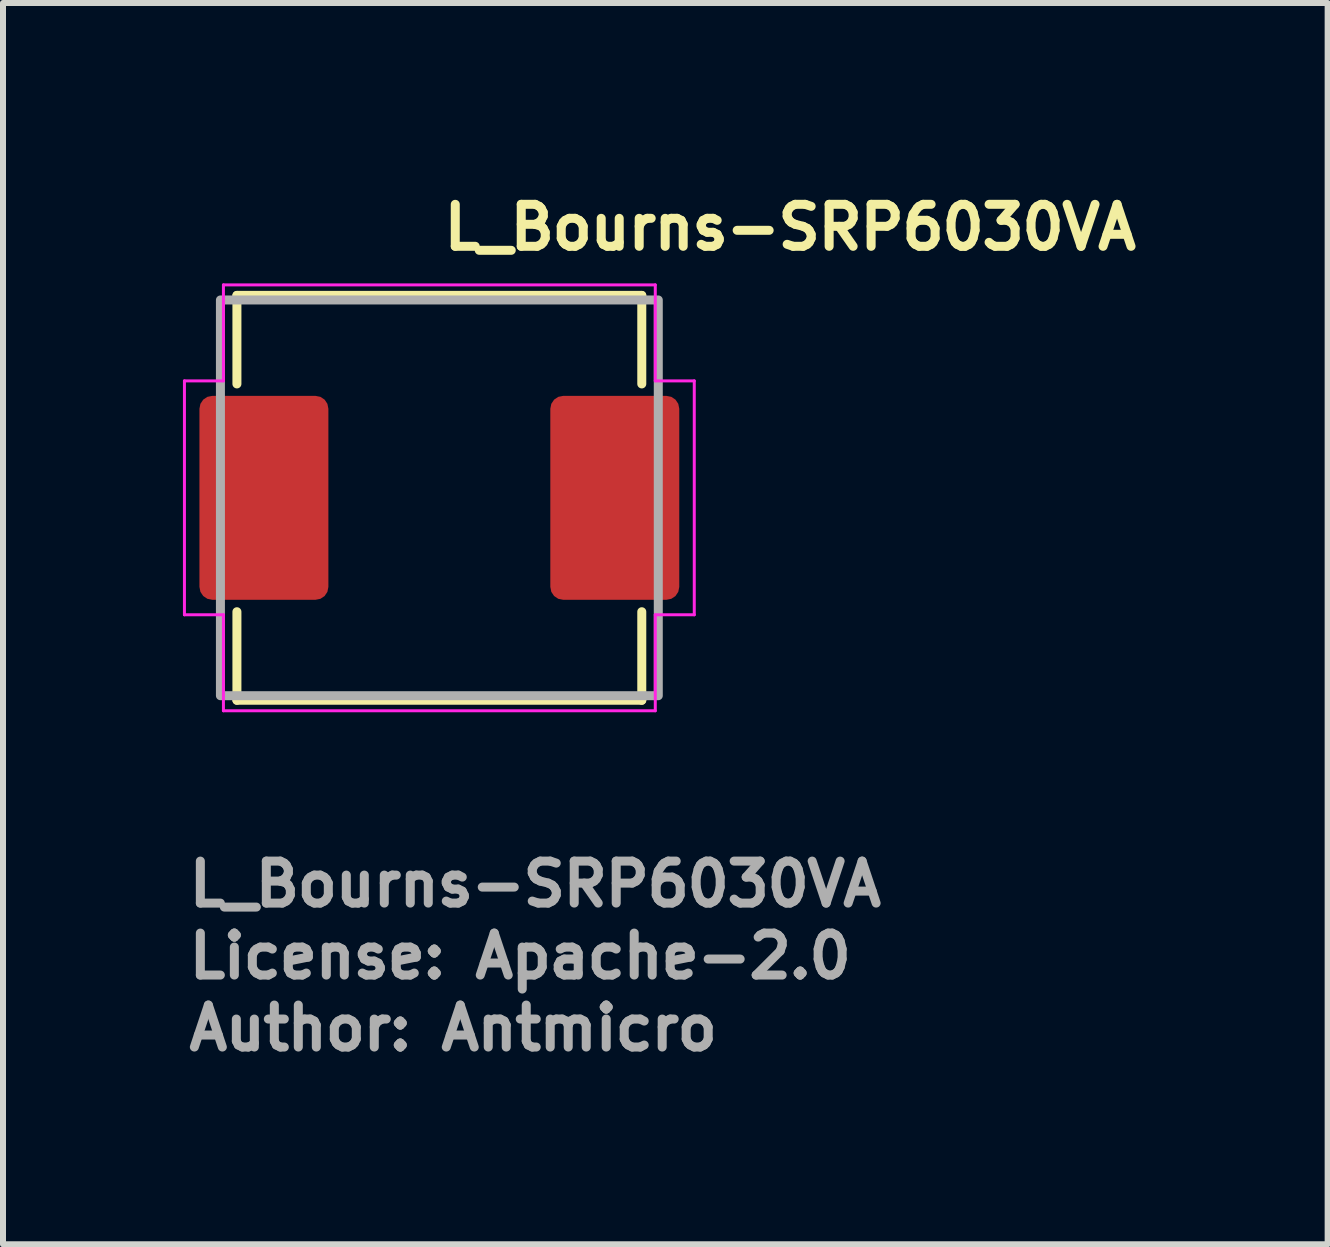
<source format=kicad_pcb>
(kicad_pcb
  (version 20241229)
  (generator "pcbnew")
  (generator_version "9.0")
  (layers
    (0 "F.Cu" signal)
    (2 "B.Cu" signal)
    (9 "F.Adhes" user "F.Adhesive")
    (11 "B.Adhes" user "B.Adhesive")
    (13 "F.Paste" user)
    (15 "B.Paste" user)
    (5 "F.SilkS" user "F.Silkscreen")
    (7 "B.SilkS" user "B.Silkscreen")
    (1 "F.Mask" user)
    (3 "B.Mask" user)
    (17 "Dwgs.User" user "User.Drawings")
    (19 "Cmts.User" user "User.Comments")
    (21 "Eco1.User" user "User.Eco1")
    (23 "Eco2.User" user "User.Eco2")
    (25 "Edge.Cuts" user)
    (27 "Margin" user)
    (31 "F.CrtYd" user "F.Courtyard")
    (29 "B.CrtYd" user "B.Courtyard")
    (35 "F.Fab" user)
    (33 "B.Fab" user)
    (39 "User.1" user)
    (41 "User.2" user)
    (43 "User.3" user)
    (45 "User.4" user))
  (footprint "L_Bourns-SRP6030VA"
    (layer "F.Cu")
    (at 4.275 5.25)
    (property "Reference" "L_Bourns-SRP6030VA" (at 0 -4.1 0) (layer "F.SilkS") (effects (font (size 0.7 0.7) (thickness 0.15)) (justify left bottom)))
    (attr smd)
    (fp_line (start -3.375 -3.375) (end 3.375 -3.375) (stroke (width 0.15) (type solid)) (layer "F.SilkS"))
    (fp_line (start -3.375 -1.899) (end -3.375 -3.375) (stroke (width 0.15) (type solid)) (layer "F.SilkS"))
    (fp_line (start -3.375 1.899) (end -3.375 3.375) (stroke (width 0.15) (type solid)) (layer "F.SilkS"))
    (fp_line (start 3.375 -1.899) (end 3.375 -3.375) (stroke (width 0.15) (type solid)) (layer "F.SilkS"))
    (fp_line (start 3.375 1.899) (end 3.375 3.375) (stroke (width 0.15) (type solid)) (layer "F.SilkS"))
    (fp_line (start 3.375 3.375) (end -3.375 3.375) (stroke (width 0.15) (type solid)) (layer "F.SilkS"))
    (fp_line (start -4.25 -1.95) (end -4.25 1.95) (stroke (width 0.05) (type solid)) (layer "F.CrtYd"))
    (fp_line (start -3.6 -3.55) (end 3.6 -3.55) (stroke (width 0.05) (type solid)) (layer "F.CrtYd"))
    (fp_line (start -3.6 -1.95) (end -4.25 -1.95) (stroke (width 0.05) (type solid)) (layer "F.CrtYd"))
    (fp_line (start -3.6 -1.95) (end -3.6 -3.55) (stroke (width 0.05) (type solid)) (layer "F.CrtYd"))
    (fp_line (start -3.6 1.95) (end -4.25 1.95) (stroke (width 0.05) (type solid)) (layer "F.CrtYd"))
    (fp_line (start -3.6 1.95) (end -3.6 3.55) (stroke (width 0.05) (type solid)) (layer "F.CrtYd"))
    (fp_line (start 3.6 -1.95) (end 3.6 -3.55) (stroke (width 0.05) (type solid)) (layer "F.CrtYd"))
    (fp_line (start 3.6 -1.95) (end 4.25 -1.95) (stroke (width 0.05) (type solid)) (layer "F.CrtYd"))
    (fp_line (start 3.6 1.95) (end 3.6 3.55) (stroke (width 0.05) (type solid)) (layer "F.CrtYd"))
    (fp_line (start 3.6 1.95) (end 4.25 1.95) (stroke (width 0.05) (type solid)) (layer "F.CrtYd"))
    (fp_line (start 3.6 3.55) (end -3.6 3.55) (stroke (width 0.05) (type solid)) (layer "F.CrtYd"))
    (fp_line (start 4.25 -1.95) (end 4.25 1.95) (stroke (width 0.05) (type solid)) (layer "F.CrtYd"))
    (fp_rect (start -3.65 -3.299) (end 3.65 3.299) (stroke (width 0.15) (type solid)) (fill no) (layer "F.Fab"))
    (fp_rect (start -3.65 -3.299) (end 3.65 3.299) (stroke (width 0.1) (type solid)) (fill no) (layer "User.5"))
    (fp_line (start -3.65 -1.499) (end -3.65 -0.25) (stroke (width 0.02) (type solid)) (layer "User.9"))
    (fp_line (start -3.65 -1.499) (end -3.45 -1.5) (stroke (width 0.02) (type solid)) (layer "User.9"))
    (fp_line (start -3.65 -0.368) (end -3.65 -0.366) (stroke (width 0.02) (type solid)) (layer "User.9"))
    (fp_line (start -3.65 -0.366) (end -3.65 -0.364) (stroke (width 0.02) (type solid)) (layer "User.9"))
    (fp_line (start -3.65 -0.364) (end -3.65 -0.361) (stroke (width 0.02) (type solid)) (layer "User.9"))
    (fp_line (start -3.65 -0.361) (end -3.65 -1.499) (stroke (width 0.02) (type solid)) (layer "User.9"))
    (fp_line (start -3.65 -0.25) (end -3.65 -0.361) (stroke (width 0.02) (type solid)) (layer "User.9"))
    (fp_line (start -3.65 0.25) (end -3.65 -0.25) (stroke (width 0.02) (type solid)) (layer "User.9"))
    (fp_line (start -3.65 0.25) (end -3.65 1.5) (stroke (width 0.02) (type solid)) (layer "User.9"))
    (fp_line (start -3.65 0.361) (end -3.65 0.25) (stroke (width 0.02) (type solid)) (layer "User.9"))
    (fp_line (start -3.65 0.361) (end -3.65 0.366) (stroke (width 0.02) (type solid)) (layer "User.9"))
    (fp_line (start -3.65 0.366) (end -3.649 0.37) (stroke (width 0.02) (type solid)) (layer "User.9"))
    (fp_line (start -3.65 1.5) (end -3.65 0.361) (stroke (width 0.02) (type solid)) (layer "User.9"))
    (fp_line (start -3.649 -0.376) (end -3.649 -0.374) (stroke (width 0.02) (type solid)) (layer "User.9"))
    (fp_line (start -3.649 -0.374) (end -3.649 -0.372) (stroke (width 0.02) (type solid)) (layer "User.9"))
    (fp_line (start -3.649 -0.372) (end -3.649 -0.37) (stroke (width 0.02) (type solid)) (layer "User.9"))
    (fp_line (start -3.649 -0.37) (end -3.65 -0.368) (stroke (width 0.02) (type solid)) (layer "User.9"))
    (fp_line (start -3.649 0.37) (end -3.649 0.374) (stroke (width 0.02) (type solid)) (layer "User.9"))
    (fp_line (start -3.649 0.374) (end -3.648 0.378) (stroke (width 0.02) (type solid)) (layer "User.9"))
    (fp_line (start -3.648 -0.38) (end -3.648 -0.378) (stroke (width 0.02) (type solid)) (layer "User.9"))
    (fp_line (start -3.648 -0.378) (end -3.649 -0.376) (stroke (width 0.02) (type solid)) (layer "User.9"))
    (fp_line (start -3.648 0.378) (end -3.648 0.382) (stroke (width 0.02) (type solid)) (layer "User.9"))
    (fp_line (start -3.648 0.382) (end -3.647 0.383) (stroke (width 0.02) (type solid)) (layer "User.9"))
    (fp_line (start -3.647 -0.383) (end -3.647 -0.382) (stroke (width 0.02) (type solid)) (layer "User.9"))
    (fp_line (start -3.647 -0.382) (end -3.648 -0.38) (stroke (width 0.02) (type solid)) (layer "User.9"))
    (fp_line (start -3.647 0.383) (end -3.646 0.385) (stroke (width 0.02) (type solid)) (layer "User.9"))
    (fp_line (start -3.646 -0.386) (end -3.646 -0.385) (stroke (width 0.02) (type solid)) (layer "User.9"))
    (fp_line (start -3.646 -0.385) (end -3.647 -0.383) (stroke (width 0.02) (type solid)) (layer "User.9"))
    (fp_line (start -3.646 0.385) (end -3.646 0.386) (stroke (width 0.02) (type solid)) (layer "User.9"))
    (fp_line (start -3.646 0.386) (end -3.645 0.388) (stroke (width 0.02) (type solid)) (layer "User.9"))
    (fp_line (start -3.645 -0.388) (end -3.646 -0.386) (stroke (width 0.02) (type solid)) (layer "User.9"))
    (fp_line (start -3.645 0.388) (end -3.644 0.389) (stroke (width 0.02) (type solid)) (layer "User.9"))
    (fp_line (start -3.644 -0.39) (end -3.644 -0.389) (stroke (width 0.02) (type solid)) (layer "User.9"))
    (fp_line (start -3.644 -0.389) (end -3.645 -0.388) (stroke (width 0.02) (type solid)) (layer "User.9"))
    (fp_line (start -3.644 0.389) (end -3.644 0.39) (stroke (width 0.02) (type solid)) (layer "User.9"))
    (fp_line (start -3.644 0.39) (end -3.643 0.391) (stroke (width 0.02) (type solid)) (layer "User.9"))
    (fp_line (start -3.643 -0.391) (end -3.644 -0.39) (stroke (width 0.02) (type solid)) (layer "User.9"))
    (fp_line (start -3.643 0.391) (end -3.642 0.392) (stroke (width 0.02) (type solid)) (layer "User.9"))
    (fp_line (start -3.642 -0.392) (end -3.643 -0.391) (stroke (width 0.02) (type solid)) (layer "User.9"))
    (fp_line (start -3.642 0.392) (end -3.641 0.393) (stroke (width 0.02) (type solid)) (layer "User.9"))
    (fp_line (start -3.641 -0.393) (end -3.642 -0.392) (stroke (width 0.02) (type solid)) (layer "User.9"))
    (fp_line (start -3.641 0.393) (end -3.64 0.394) (stroke (width 0.02) (type solid)) (layer "User.9"))
    (fp_line (start -3.64 -0.394) (end -3.641 -0.393) (stroke (width 0.02) (type solid)) (layer "User.9"))
    (fp_line (start -3.64 0.394) (end -3.639 0.395) (stroke (width 0.02) (type solid)) (layer "User.9"))
    (fp_line (start -3.639 -0.395) (end -3.64 -0.394) (stroke (width 0.02) (type solid)) (layer "User.9"))
    (fp_line (start -3.639 0.395) (end -3.637 0.396) (stroke (width 0.02) (type solid)) (layer "User.9"))
    (fp_line (start -3.637 -0.396) (end -3.639 -0.395) (stroke (width 0.02) (type solid)) (layer "User.9"))
    (fp_line (start -3.637 0.396) (end -3.636 0.397) (stroke (width 0.02) (type solid)) (layer "User.9"))
    (fp_line (start -3.636 -0.397) (end -3.637 -0.396) (stroke (width 0.02) (type solid)) (layer "User.9"))
    (fp_line (start -3.636 0.397) (end -3.635 0.397) (stroke (width 0.02) (type solid)) (layer "User.9"))
    (fp_line (start -3.635 -0.397) (end -3.636 -0.397) (stroke (width 0.02) (type solid)) (layer "User.9"))
    (fp_line (start -3.635 0.397) (end -3.634 0.398) (stroke (width 0.02) (type solid)) (layer "User.9"))
    (fp_line (start -3.634 -0.398) (end -3.635 -0.397) (stroke (width 0.02) (type solid)) (layer "User.9"))
    (fp_line (start -3.634 0.398) (end -3.632 0.398) (stroke (width 0.02) (type solid)) (layer "User.9"))
    (fp_line (start -3.632 -0.398) (end -3.634 -0.398) (stroke (width 0.02) (type solid)) (layer "User.9"))
    (fp_line (start -3.632 0.398) (end -3.631 0.399) (stroke (width 0.02) (type solid)) (layer "User.9"))
    (fp_line (start -3.631 -0.399) (end -3.632 -0.398) (stroke (width 0.02) (type solid)) (layer "User.9"))
    (fp_line (start -3.631 0.399) (end -3.629 0.399) (stroke (width 0.02) (type solid)) (layer "User.9"))
    (fp_line (start -3.629 -0.399) (end -3.631 -0.399) (stroke (width 0.02) (type solid)) (layer "User.9"))
    (fp_line (start -3.629 0.399) (end -3.628 0.399) (stroke (width 0.02) (type solid)) (layer "User.9"))
    (fp_line (start -3.628 -0.399) (end -3.629 -0.399) (stroke (width 0.02) (type solid)) (layer "User.9"))
    (fp_line (start -3.628 0.399) (end -3.626 0.399) (stroke (width 0.02) (type solid)) (layer "User.9"))
    (fp_line (start -3.626 -0.399) (end -3.628 -0.399) (stroke (width 0.02) (type solid)) (layer "User.9"))
    (fp_line (start -3.626 0.399) (end -3.624 0.399) (stroke (width 0.02) (type solid)) (layer "User.9"))
    (fp_line (start -3.624 -0.399) (end -3.626 -0.399) (stroke (width 0.02) (type solid)) (layer "User.9"))
    (fp_line (start -3.624 0.399) (end -3.623 0.4) (stroke (width 0.02) (type solid)) (layer "User.9"))
    (fp_line (start -3.623 -0.4) (end -3.624 -0.399) (stroke (width 0.02) (type solid)) (layer "User.9"))
    (fp_line (start -3.623 0.4) (end -3.45 0.4) (stroke (width 0.02) (type solid)) (layer "User.9"))
    (fp_line (start -3.45 -1.5) (end -3.35 -1.5) (stroke (width 0.02) (type solid)) (layer "User.9"))
    (fp_line (start -3.45 -0.4) (end -3.623 -0.4) (stroke (width 0.02) (type solid)) (layer "User.9"))
    (fp_line (start -3.45 -0.328) (end -3.45 -0.25) (stroke (width 0.02) (type solid)) (layer "User.9"))
    (fp_line (start -3.45 -0.328) (end -3.449 -0.33) (stroke (width 0.02) (type solid)) (layer "User.9"))
    (fp_line (start -3.45 -0.25) (end -3.45 0.25) (stroke (width 0.02) (type solid)) (layer "User.9"))
    (fp_line (start -3.45 0.25) (end -3.45 0.328) (stroke (width 0.02) (type solid)) (layer "User.9"))
    (fp_line (start -3.45 1.5) (end -3.65 1.5) (stroke (width 0.02) (type solid)) (layer "User.9"))
    (fp_line (start -3.449 -0.34) (end -3.448 -0.342) (stroke (width 0.02) (type solid)) (layer "User.9"))
    (fp_line (start -3.449 -0.337) (end -3.449 -0.34) (stroke (width 0.02) (type solid)) (layer "User.9"))
    (fp_line (start -3.449 -0.335) (end -3.449 -0.337) (stroke (width 0.02) (type solid)) (layer "User.9"))
    (fp_line (start -3.449 -0.333) (end -3.449 -0.335) (stroke (width 0.02) (type solid)) (layer "User.9"))
    (fp_line (start -3.449 -0.33) (end -3.449 -0.333) (stroke (width 0.02) (type solid)) (layer "User.9"))
    (fp_line (start -3.449 0.33) (end -3.45 0.328) (stroke (width 0.02) (type solid)) (layer "User.9"))
    (fp_line (start -3.449 0.333) (end -3.449 0.33) (stroke (width 0.02) (type solid)) (layer "User.9"))
    (fp_line (start -3.449 0.335) (end -3.449 0.333) (stroke (width 0.02) (type solid)) (layer "User.9"))
    (fp_line (start -3.449 0.337) (end -3.449 0.335) (stroke (width 0.02) (type solid)) (layer "User.9"))
    (fp_line (start -3.449 0.34) (end -3.449 0.337) (stroke (width 0.02) (type solid)) (layer "User.9"))
    (fp_line (start -3.448 -0.344) (end -3.447 -0.346) (stroke (width 0.02) (type solid)) (layer "User.9"))
    (fp_line (start -3.448 -0.342) (end -3.448 -0.344) (stroke (width 0.02) (type solid)) (layer "User.9"))
    (fp_line (start -3.448 0.342) (end -3.449 0.34) (stroke (width 0.02) (type solid)) (layer "User.9"))
    (fp_line (start -3.448 0.344) (end -3.448 0.342) (stroke (width 0.02) (type solid)) (layer "User.9"))
    (fp_line (start -3.447 -0.346) (end -3.446 -0.348) (stroke (width 0.02) (type solid)) (layer "User.9"))
    (fp_line (start -3.447 0.346) (end -3.448 0.344) (stroke (width 0.02) (type solid)) (layer "User.9"))
    (fp_line (start -3.446 -0.35) (end -3.445 -0.352) (stroke (width 0.02) (type solid)) (layer "User.9"))
    (fp_line (start -3.446 -0.348) (end -3.446 -0.35) (stroke (width 0.02) (type solid)) (layer "User.9"))
    (fp_line (start -3.446 0.348) (end -3.447 0.346) (stroke (width 0.02) (type solid)) (layer "User.9"))
    (fp_line (start -3.446 0.35) (end -3.446 0.348) (stroke (width 0.02) (type solid)) (layer "User.9"))
    (fp_line (start -3.445 -0.352) (end -3.444 -0.354) (stroke (width 0.02) (type solid)) (layer "User.9"))
    (fp_line (start -3.445 0.352) (end -3.446 0.35) (stroke (width 0.02) (type solid)) (layer "User.9"))
    (fp_line (start -3.444 -0.354) (end -3.443 -0.356) (stroke (width 0.02) (type solid)) (layer "User.9"))
    (fp_line (start -3.444 0.354) (end -3.445 0.352) (stroke (width 0.02) (type solid)) (layer "User.9"))
    (fp_line (start -3.443 -0.356) (end -3.442 -0.358) (stroke (width 0.02) (type solid)) (layer "User.9"))
    (fp_line (start -3.443 0.356) (end -3.444 0.354) (stroke (width 0.02) (type solid)) (layer "User.9"))
    (fp_line (start -3.442 -0.358) (end -3.441 -0.36) (stroke (width 0.02) (type solid)) (layer "User.9"))
    (fp_line (start -3.442 0.358) (end -3.443 0.356) (stroke (width 0.02) (type solid)) (layer "User.9"))
    (fp_line (start -3.441 -0.36) (end -3.44 -0.361) (stroke (width 0.02) (type solid)) (layer "User.9"))
    (fp_line (start -3.441 0.36) (end -3.442 0.358) (stroke (width 0.02) (type solid)) (layer "User.9"))
    (fp_line (start -3.44 -0.361) (end -3.433 -0.378) (stroke (width 0.02) (type solid)) (layer "User.9"))
    (fp_line (start -3.44 0.361) (end -3.441 0.36) (stroke (width 0.02) (type solid)) (layer "User.9"))
    (fp_line (start -3.44 0.361) (end -3.438 0.366) (stroke (width 0.02) (type solid)) (layer "User.9"))
    (fp_line (start -3.438 -0.366) (end -3.44 -0.361) (stroke (width 0.02) (type solid)) (layer "User.9"))
    (fp_line (start -3.438 0.366) (end -3.436 0.371) (stroke (width 0.02) (type solid)) (layer "User.9"))
    (fp_line (start -3.436 -0.371) (end -3.438 -0.366) (stroke (width 0.02) (type solid)) (layer "User.9"))
    (fp_line (start -3.436 0.37) (end -3.44 0.361) (stroke (width 0.02) (type solid)) (layer "User.9"))
    (fp_line (start -3.436 0.371) (end -3.434 0.376) (stroke (width 0.02) (type solid)) (layer "User.9"))
    (fp_line (start -3.434 -0.376) (end -3.436 -0.371) (stroke (width 0.02) (type solid)) (layer "User.9"))
    (fp_line (start -3.434 0.376) (end -3.432 0.381) (stroke (width 0.02) (type solid)) (layer "User.9"))
    (fp_line (start -3.433 -0.378) (end -3.43 -0.384) (stroke (width 0.02) (type solid)) (layer "User.9"))
    (fp_line (start -3.433 0.378) (end -3.436 0.37) (stroke (width 0.02) (type solid)) (layer "User.9"))
    (fp_line (start -3.432 -0.381) (end -3.434 -0.376) (stroke (width 0.02) (type solid)) (layer "User.9"))
    (fp_line (start -3.432 0.381) (end -3.43 0.386) (stroke (width 0.02) (type solid)) (layer "User.9"))
    (fp_line (start -3.43 -0.386) (end -3.432 -0.381) (stroke (width 0.02) (type solid)) (layer "User.9"))
    (fp_line (start -3.43 -0.384) (end -3.428 -0.389) (stroke (width 0.02) (type solid)) (layer "User.9"))
    (fp_line (start -3.43 0.384) (end -3.433 0.378) (stroke (width 0.02) (type solid)) (layer "User.9"))
    (fp_line (start -3.43 0.386) (end -3.428 0.39) (stroke (width 0.02) (type solid)) (layer "User.9"))
    (fp_line (start -3.428 -0.39) (end -3.43 -0.386) (stroke (width 0.02) (type solid)) (layer "User.9"))
    (fp_line (start -3.428 -0.389) (end -3.426 -0.394) (stroke (width 0.02) (type solid)) (layer "User.9"))
    (fp_line (start -3.428 0.389) (end -3.43 0.384) (stroke (width 0.02) (type solid)) (layer "User.9"))
    (fp_line (start -3.428 0.39) (end -3.425 0.395) (stroke (width 0.02) (type solid)) (layer "User.9"))
    (fp_line (start -3.427 0.392) (end -3.428 0.389) (stroke (width 0.02) (type solid)) (layer "User.9"))
    (fp_line (start -3.426 -0.394) (end -3.425 -0.397) (stroke (width 0.02) (type solid)) (layer "User.9"))
    (fp_line (start -3.426 0.394) (end -3.427 0.392) (stroke (width 0.02) (type solid)) (layer "User.9"))
    (fp_line (start -3.425 -0.397) (end -3.423 -0.399) (stroke (width 0.02) (type solid)) (layer "User.9"))
    (fp_line (start -3.425 -0.395) (end -3.428 -0.39) (stroke (width 0.02) (type solid)) (layer "User.9"))
    (fp_line (start -3.425 0.395) (end -3.426 0.394) (stroke (width 0.02) (type solid)) (layer "User.9"))
    (fp_line (start -3.425 0.395) (end -3.423 0.4) (stroke (width 0.02) (type solid)) (layer "User.9"))
    (fp_line (start -3.425 0.397) (end -3.425 0.395) (stroke (width 0.02) (type solid)) (layer "User.9"))
    (fp_line (start -3.424 0.398) (end -3.425 0.397) (stroke (width 0.02) (type solid)) (layer "User.9"))
    (fp_line (start -3.423 -0.4) (end -3.45 -0.4) (stroke (width 0.02) (type solid)) (layer "User.9"))
    (fp_line (start -3.423 -0.4) (end -3.425 -0.395) (stroke (width 0.02) (type solid)) (layer "User.9"))
    (fp_line (start -3.423 -0.399) (end -3.423 -0.4) (stroke (width 0.02) (type solid)) (layer "User.9"))
    (fp_line (start -3.423 -0.399) (end -3.423 -0.399) (stroke (width 0.02) (type solid)) (layer "User.9"))
    (fp_line (start -3.423 0.399) (end -3.424 0.398) (stroke (width 0.02) (type solid)) (layer "User.9"))
    (fp_line (start -3.423 0.399) (end -3.423 0.399) (stroke (width 0.02) (type solid)) (layer "User.9"))
    (fp_line (start -3.423 0.399) (end -3.423 0.399) (stroke (width 0.02) (type solid)) (layer "User.9"))
    (fp_line (start -3.423 0.4) (end -3.45 0.4) (stroke (width 0.02) (type solid)) (layer "User.9"))
    (fp_line (start -3.423 0.4) (end -3.423 0.399) (stroke (width 0.02) (type solid)) (layer "User.9"))
    (fp_line (start -3.423 0.4) (end -3.419 0.405) (stroke (width 0.02) (type solid)) (layer "User.9"))
    (fp_line (start -3.419 -0.405) (end -3.423 -0.4) (stroke (width 0.02) (type solid)) (layer "User.9"))
    (fp_line (start -3.419 0.405) (end -3.416 0.411) (stroke (width 0.02) (type solid)) (layer "User.9"))
    (fp_line (start -3.416 -0.411) (end -3.419 -0.405) (stroke (width 0.02) (type solid)) (layer "User.9"))
    (fp_line (start -3.416 0.411) (end -3.412 0.416) (stroke (width 0.02) (type solid)) (layer "User.9"))
    (fp_line (start -3.412 -0.416) (end -3.416 -0.411) (stroke (width 0.02) (type solid)) (layer "User.9"))
    (fp_line (start -3.412 0.416) (end -3.408 0.421) (stroke (width 0.02) (type solid)) (layer "User.9"))
    (fp_line (start -3.408 -0.421) (end -3.412 -0.416) (stroke (width 0.02) (type solid)) (layer "User.9"))
    (fp_line (start -3.408 0.421) (end -3.404 0.426) (stroke (width 0.02) (type solid)) (layer "User.9"))
    (fp_line (start -3.404 -0.426) (end -3.408 -0.421) (stroke (width 0.02) (type solid)) (layer "User.9"))
    (fp_line (start -3.404 0.426) (end -3.4 0.431) (stroke (width 0.02) (type solid)) (layer "User.9"))
    (fp_line (start -3.4 -0.431) (end -3.404 -0.426) (stroke (width 0.02) (type solid)) (layer "User.9"))
    (fp_line (start -3.4 0.431) (end -3.395 0.436) (stroke (width 0.02) (type solid)) (layer "User.9"))
    (fp_line (start -3.395 -0.436) (end -3.4 -0.431) (stroke (width 0.02) (type solid)) (layer "User.9"))
    (fp_line (start -3.395 0.436) (end -3.391 0.441) (stroke (width 0.02) (type solid)) (layer "User.9"))
    (fp_line (start -3.391 -0.441) (end -3.395 -0.436) (stroke (width 0.02) (type solid)) (layer "User.9"))
    (fp_line (start -3.391 0.441) (end -3.386 0.445) (stroke (width 0.02) (type solid)) (layer "User.9"))
    (fp_line (start -3.386 -0.445) (end -3.391 -0.441) (stroke (width 0.02) (type solid)) (layer "User.9"))
    (fp_line (start -3.386 0.445) (end -3.381 0.45) (stroke (width 0.02) (type solid)) (layer "User.9"))
    (fp_line (start -3.381 -0.45) (end -3.386 -0.445) (stroke (width 0.02) (type solid)) (layer "User.9"))
    (fp_line (start -3.381 0.45) (end -3.376 0.454) (stroke (width 0.02) (type solid)) (layer "User.9"))
    (fp_line (start -3.376 -0.454) (end -3.381 -0.45) (stroke (width 0.02) (type solid)) (layer "User.9"))
    (fp_line (start -3.376 0.454) (end -3.371 0.458) (stroke (width 0.02) (type solid)) (layer "User.9"))
    (fp_line (start -3.371 -0.458) (end -3.376 -0.454) (stroke (width 0.02) (type solid)) (layer "User.9"))
    (fp_line (start -3.371 0.458) (end -3.366 0.462) (stroke (width 0.02) (type solid)) (layer "User.9"))
    (fp_line (start -3.366 -0.462) (end -3.371 -0.458) (stroke (width 0.02) (type solid)) (layer "User.9"))
    (fp_line (start -3.366 0.462) (end -3.361 0.466) (stroke (width 0.02) (type solid)) (layer "User.9"))
    (fp_line (start -3.361 -0.466) (end -3.366 -0.462) (stroke (width 0.02) (type solid)) (layer "User.9"))
    (fp_line (start -3.361 0.466) (end -3.355 0.469) (stroke (width 0.02) (type solid)) (layer "User.9"))
    (fp_line (start -3.355 -0.469) (end -3.361 -0.466) (stroke (width 0.02) (type solid)) (layer "User.9"))
    (fp_line (start -3.355 0.469) (end -3.35 0.473) (stroke (width 0.02) (type solid)) (layer "User.9"))
    (fp_line (start -3.35 -3) (end -3.35 3) (stroke (width 0.02) (type solid)) (layer "User.9"))
    (fp_line (start -3.35 -0.473) (end -3.355 -0.469) (stroke (width 0.02) (type solid)) (layer "User.9"))
    (fp_line (start -3.35 1.5) (end -3.45 1.5) (stroke (width 0.02) (type solid)) (layer "User.9"))
    (fp_line (start -3.35 3) (end -3.349 3.014) (stroke (width 0.02) (type solid)) (layer "User.9"))
    (fp_line (start -3.349 -3.014) (end -3.35 -3) (stroke (width 0.02) (type solid)) (layer "User.9"))
    (fp_line (start -3.349 3.014) (end -3.348 3.029) (stroke (width 0.02) (type solid)) (layer "User.9"))
    (fp_line (start -3.348 -3.029) (end -3.349 -3.014) (stroke (width 0.02) (type solid)) (layer "User.9"))
    (fp_line (start -3.348 3.029) (end -3.346 3.044) (stroke (width 0.02) (type solid)) (layer "User.9"))
    (fp_line (start -3.346 -3.044) (end -3.348 -3.029) (stroke (width 0.02) (type solid)) (layer "User.9"))
    (fp_line (start -3.346 3.044) (end -3.344 3.058) (stroke (width 0.02) (type solid)) (layer "User.9"))
    (fp_line (start -3.344 -3.058) (end -3.346 -3.044) (stroke (width 0.02) (type solid)) (layer "User.9"))
    (fp_line (start -3.344 3.058) (end -3.34 3.073) (stroke (width 0.02) (type solid)) (layer "User.9"))
    (fp_line (start -3.34 -3.073) (end -3.344 -3.058) (stroke (width 0.02) (type solid)) (layer "User.9"))
    (fp_line (start -3.34 3.073) (end -3.337 3.087) (stroke (width 0.02) (type solid)) (layer "User.9"))
    (fp_line (start -3.337 -3.087) (end -3.34 -3.073) (stroke (width 0.02) (type solid)) (layer "User.9"))
    (fp_line (start -3.337 3.087) (end -3.332 3.101) (stroke (width 0.02) (type solid)) (layer "User.9"))
    (fp_line (start -3.332 -3.101) (end -3.337 -3.087) (stroke (width 0.02) (type solid)) (layer "User.9"))
    (fp_line (start -3.332 3.101) (end -3.327 3.114) (stroke (width 0.02) (type solid)) (layer "User.9"))
    (fp_line (start -3.327 -3.114) (end -3.332 -3.101) (stroke (width 0.02) (type solid)) (layer "User.9"))
    (fp_line (start -3.327 3.114) (end -3.321 3.128) (stroke (width 0.02) (type solid)) (layer "User.9"))
    (fp_line (start -3.321 -3.128) (end -3.327 -3.114) (stroke (width 0.02) (type solid)) (layer "User.9"))
    (fp_line (start -3.321 3.128) (end -3.314 3.141) (stroke (width 0.02) (type solid)) (layer "User.9"))
    (fp_line (start -3.314 -3.141) (end -3.321 -3.128) (stroke (width 0.02) (type solid)) (layer "User.9"))
    (fp_line (start -3.314 3.141) (end -3.307 3.154) (stroke (width 0.02) (type solid)) (layer "User.9"))
    (fp_line (start -3.307 -3.154) (end -3.314 -3.141) (stroke (width 0.02) (type solid)) (layer "User.9"))
    (fp_line (start -3.307 3.154) (end -3.299 3.166) (stroke (width 0.02) (type solid)) (layer "User.9"))
    (fp_line (start -3.299 -3.166) (end -3.307 -3.154) (stroke (width 0.02) (type solid)) (layer "User.9"))
    (fp_line (start -3.299 3.166) (end -3.291 3.178) (stroke (width 0.02) (type solid)) (layer "User.9"))
    (fp_line (start -3.291 -3.178) (end -3.299 -3.166) (stroke (width 0.02) (type solid)) (layer "User.9"))
    (fp_line (start -3.291 3.178) (end -3.282 3.19) (stroke (width 0.02) (type solid)) (layer "User.9"))
    (fp_line (start -3.282 -3.19) (end -3.291 -3.178) (stroke (width 0.02) (type solid)) (layer "User.9"))
    (fp_line (start -3.282 3.19) (end -3.272 3.201) (stroke (width 0.02) (type solid)) (layer "User.9"))
    (fp_line (start -3.272 -3.201) (end -3.282 -3.19) (stroke (width 0.02) (type solid)) (layer "User.9"))
    (fp_line (start -3.272 3.201) (end -3.262 3.212) (stroke (width 0.02) (type solid)) (layer "User.9"))
    (fp_line (start -3.262 -3.212) (end -3.272 -3.201) (stroke (width 0.02) (type solid)) (layer "User.9"))
    (fp_line (start -3.262 -3.212) (end -3.262 -3.212) (stroke (width 0.02) (type solid)) (layer "User.9"))
    (fp_line (start -3.262 3.212) (end -3.262 3.212) (stroke (width 0.02) (type solid)) (layer "User.9"))
    (fp_line (start -3.262 3.212) (end -3.251 3.222) (stroke (width 0.02) (type solid)) (layer "User.9"))
    (fp_line (start -3.251 -3.222) (end -3.262 -3.212) (stroke (width 0.02) (type solid)) (layer "User.9"))
    (fp_line (start -3.251 3.222) (end -3.24 3.232) (stroke (width 0.02) (type solid)) (layer "User.9"))
    (fp_line (start -3.24 -3.232) (end -3.251 -3.222) (stroke (width 0.02) (type solid)) (layer "User.9"))
    (fp_line (start -3.24 3.232) (end -3.228 3.241) (stroke (width 0.02) (type solid)) (layer "User.9"))
    (fp_line (start -3.228 -3.241) (end -3.24 -3.232) (stroke (width 0.02) (type solid)) (layer "User.9"))
    (fp_line (start -3.228 3.241) (end -3.216 3.249) (stroke (width 0.02) (type solid)) (layer "User.9"))
    (fp_line (start -3.216 -3.249) (end -3.228 -3.241) (stroke (width 0.02) (type solid)) (layer "User.9"))
    (fp_line (start -3.216 3.249) (end -3.204 3.257) (stroke (width 0.02) (type solid)) (layer "User.9"))
    (fp_line (start -3.204 -3.257) (end -3.216 -3.249) (stroke (width 0.02) (type solid)) (layer "User.9"))
    (fp_line (start -3.204 3.257) (end -3.191 3.264) (stroke (width 0.02) (type solid)) (layer "User.9"))
    (fp_line (start -3.191 -3.264) (end -3.204 -3.257) (stroke (width 0.02) (type solid)) (layer "User.9"))
    (fp_line (start -3.191 3.264) (end -3.178 3.271) (stroke (width 0.02) (type solid)) (layer "User.9"))
    (fp_line (start -3.178 -3.271) (end -3.191 -3.264) (stroke (width 0.02) (type solid)) (layer "User.9"))
    (fp_line (start -3.178 3.271) (end -3.164 3.277) (stroke (width 0.02) (type solid)) (layer "User.9"))
    (fp_line (start -3.164 -3.277) (end -3.178 -3.271) (stroke (width 0.02) (type solid)) (layer "User.9"))
    (fp_line (start -3.164 3.277) (end -3.151 3.282) (stroke (width 0.02) (type solid)) (layer "User.9"))
    (fp_line (start -3.151 -3.282) (end -3.164 -3.277) (stroke (width 0.02) (type solid)) (layer "User.9"))
    (fp_line (start -3.151 3.282) (end -3.137 3.287) (stroke (width 0.02) (type solid)) (layer "User.9"))
    (fp_line (start -3.137 -3.287) (end -3.151 -3.282) (stroke (width 0.02) (type solid)) (layer "User.9"))
    (fp_line (start -3.137 3.287) (end -3.123 3.29) (stroke (width 0.02) (type solid)) (layer "User.9"))
    (fp_line (start -3.123 -3.29) (end -3.137 -3.287) (stroke (width 0.02) (type solid)) (layer "User.9"))
    (fp_line (start -3.123 3.29) (end -3.108 3.294) (stroke (width 0.02) (type solid)) (layer "User.9"))
    (fp_line (start -3.108 -3.294) (end -3.123 -3.29) (stroke (width 0.02) (type solid)) (layer "User.9"))
    (fp_line (start -3.108 3.294) (end -3.094 3.296) (stroke (width 0.02) (type solid)) (layer "User.9"))
    (fp_line (start -3.094 -3.296) (end -3.108 -3.294) (stroke (width 0.02) (type solid)) (layer "User.9"))
    (fp_line (start -3.094 3.296) (end -3.079 3.298) (stroke (width 0.02) (type solid)) (layer "User.9"))
    (fp_line (start -3.079 -3.298) (end -3.094 -3.296) (stroke (width 0.02) (type solid)) (layer "User.9"))
    (fp_line (start -3.079 3.298) (end -3.064 3.299) (stroke (width 0.02) (type solid)) (layer "User.9"))
    (fp_line (start -3.064 -3.299) (end -3.079 -3.298) (stroke (width 0.02) (type solid)) (layer "User.9"))
    (fp_line (start -3.064 3.299) (end -3.049 3.299) (stroke (width 0.02) (type solid)) (layer "User.9"))
    (fp_line (start -3.049 -3.299) (end -3.064 -3.299) (stroke (width 0.02) (type solid)) (layer "User.9"))
    (fp_line (start -3.049 3.299) (end 3.049 3.299) (stroke (width 0.02) (type solid)) (layer "User.9"))
    (fp_line (start 3.049 -3.299) (end -3.049 -3.299) (stroke (width 0.02) (type solid)) (layer "User.9"))
    (fp_line (start 3.049 3.299) (end 3.064 3.299) (stroke (width 0.02) (type solid)) (layer "User.9"))
    (fp_line (start 3.064 -3.299) (end 3.049 -3.299) (stroke (width 0.02) (type solid)) (layer "User.9"))
    (fp_line (start 3.064 3.299) (end 3.079 3.298) (stroke (width 0.02) (type solid)) (layer "User.9"))
    (fp_line (start 3.079 -3.298) (end 3.064 -3.299) (stroke (width 0.02) (type solid)) (layer "User.9"))
    (fp_line (start 3.079 3.298) (end 3.094 3.296) (stroke (width 0.02) (type solid)) (layer "User.9"))
    (fp_line (start 3.094 -3.296) (end 3.079 -3.298) (stroke (width 0.02) (type solid)) (layer "User.9"))
    (fp_line (start 3.094 3.296) (end 3.108 3.294) (stroke (width 0.02) (type solid)) (layer "User.9"))
    (fp_line (start 3.108 -3.294) (end 3.094 -3.296) (stroke (width 0.02) (type solid)) (layer "User.9"))
    (fp_line (start 3.108 3.294) (end 3.123 3.29) (stroke (width 0.02) (type solid)) (layer "User.9"))
    (fp_line (start 3.123 -3.29) (end 3.108 -3.294) (stroke (width 0.02) (type solid)) (layer "User.9"))
    (fp_line (start 3.123 3.29) (end 3.137 3.287) (stroke (width 0.02) (type solid)) (layer "User.9"))
    (fp_line (start 3.137 -3.287) (end 3.123 -3.29) (stroke (width 0.02) (type solid)) (layer "User.9"))
    (fp_line (start 3.137 3.287) (end 3.151 3.282) (stroke (width 0.02) (type solid)) (layer "User.9"))
    (fp_line (start 3.151 -3.282) (end 3.137 -3.287) (stroke (width 0.02) (type solid)) (layer "User.9"))
    (fp_line (start 3.151 3.282) (end 3.164 3.277) (stroke (width 0.02) (type solid)) (layer "User.9"))
    (fp_line (start 3.164 -3.277) (end 3.151 -3.282) (stroke (width 0.02) (type solid)) (layer "User.9"))
    (fp_line (start 3.164 3.277) (end 3.178 3.271) (stroke (width 0.02) (type solid)) (layer "User.9"))
    (fp_line (start 3.178 -3.271) (end 3.164 -3.277) (stroke (width 0.02) (type solid)) (layer "User.9"))
    (fp_line (start 3.178 3.271) (end 3.191 3.264) (stroke (width 0.02) (type solid)) (layer "User.9"))
    (fp_line (start 3.191 -3.264) (end 3.178 -3.271) (stroke (width 0.02) (type solid)) (layer "User.9"))
    (fp_line (start 3.191 3.264) (end 3.204 3.257) (stroke (width 0.02) (type solid)) (layer "User.9"))
    (fp_line (start 3.204 -3.257) (end 3.191 -3.264) (stroke (width 0.02) (type solid)) (layer "User.9"))
    (fp_line (start 3.204 3.257) (end 3.216 3.249) (stroke (width 0.02) (type solid)) (layer "User.9"))
    (fp_line (start 3.216 -3.249) (end 3.204 -3.257) (stroke (width 0.02) (type solid)) (layer "User.9"))
    (fp_line (start 3.216 3.249) (end 3.228 3.241) (stroke (width 0.02) (type solid)) (layer "User.9"))
    (fp_line (start 3.228 -3.241) (end 3.216 -3.249) (stroke (width 0.02) (type solid)) (layer "User.9"))
    (fp_line (start 3.228 3.241) (end 3.24 3.232) (stroke (width 0.02) (type solid)) (layer "User.9"))
    (fp_line (start 3.24 -3.232) (end 3.228 -3.241) (stroke (width 0.02) (type solid)) (layer "User.9"))
    (fp_line (start 3.24 3.232) (end 3.251 3.222) (stroke (width 0.02) (type solid)) (layer "User.9"))
    (fp_line (start 3.251 -3.222) (end 3.24 -3.232) (stroke (width 0.02) (type solid)) (layer "User.9"))
    (fp_line (start 3.251 3.222) (end 3.262 3.212) (stroke (width 0.02) (type solid)) (layer "User.9"))
    (fp_line (start 3.262 -3.212) (end 3.251 -3.222) (stroke (width 0.02) (type solid)) (layer "User.9"))
    (fp_line (start 3.262 -3.212) (end 3.262 -3.212) (stroke (width 0.02) (type solid)) (layer "User.9"))
    (fp_line (start 3.262 3.212) (end 3.262 3.212) (stroke (width 0.02) (type solid)) (layer "User.9"))
    (fp_line (start 3.262 3.212) (end 3.272 3.201) (stroke (width 0.02) (type solid)) (layer "User.9"))
    (fp_line (start 3.272 -3.201) (end 3.262 -3.212) (stroke (width 0.02) (type solid)) (layer "User.9"))
    (fp_line (start 3.272 3.201) (end 3.282 3.19) (stroke (width 0.02) (type solid)) (layer "User.9"))
    (fp_line (start 3.282 -3.19) (end 3.272 -3.201) (stroke (width 0.02) (type solid)) (layer "User.9"))
    (fp_line (start 3.282 3.19) (end 3.291 3.178) (stroke (width 0.02) (type solid)) (layer "User.9"))
    (fp_line (start 3.291 -3.178) (end 3.282 -3.19) (stroke (width 0.02) (type solid)) (layer "User.9"))
    (fp_line (start 3.291 3.178) (end 3.299 3.166) (stroke (width 0.02) (type solid)) (layer "User.9"))
    (fp_line (start 3.299 -3.166) (end 3.291 -3.178) (stroke (width 0.02) (type solid)) (layer "User.9"))
    (fp_line (start 3.299 3.166) (end 3.307 3.154) (stroke (width 0.02) (type solid)) (layer "User.9"))
    (fp_line (start 3.307 -3.154) (end 3.299 -3.166) (stroke (width 0.02) (type solid)) (layer "User.9"))
    (fp_line (start 3.307 3.154) (end 3.314 3.141) (stroke (width 0.02) (type solid)) (layer "User.9"))
    (fp_line (start 3.314 -3.141) (end 3.307 -3.154) (stroke (width 0.02) (type solid)) (layer "User.9"))
    (fp_line (start 3.314 3.141) (end 3.321 3.128) (stroke (width 0.02) (type solid)) (layer "User.9"))
    (fp_line (start 3.321 -3.128) (end 3.314 -3.141) (stroke (width 0.02) (type solid)) (layer "User.9"))
    (fp_line (start 3.321 3.128) (end 3.327 3.114) (stroke (width 0.02) (type solid)) (layer "User.9"))
    (fp_line (start 3.327 -3.114) (end 3.321 -3.128) (stroke (width 0.02) (type solid)) (layer "User.9"))
    (fp_line (start 3.327 3.114) (end 3.332 3.101) (stroke (width 0.02) (type solid)) (layer "User.9"))
    (fp_line (start 3.332 -3.101) (end 3.327 -3.114) (stroke (width 0.02) (type solid)) (layer "User.9"))
    (fp_line (start 3.332 3.101) (end 3.337 3.087) (stroke (width 0.02) (type solid)) (layer "User.9"))
    (fp_line (start 3.337 -3.087) (end 3.332 -3.101) (stroke (width 0.02) (type solid)) (layer "User.9"))
    (fp_line (start 3.337 3.087) (end 3.34 3.073) (stroke (width 0.02) (type solid)) (layer "User.9"))
    (fp_line (start 3.34 -3.073) (end 3.337 -3.087) (stroke (width 0.02) (type solid)) (layer "User.9"))
    (fp_line (start 3.34 3.073) (end 3.344 3.058) (stroke (width 0.02) (type solid)) (layer "User.9"))
    (fp_line (start 3.344 -3.058) (end 3.34 -3.073) (stroke (width 0.02) (type solid)) (layer "User.9"))
    (fp_line (start 3.344 3.058) (end 3.346 3.044) (stroke (width 0.02) (type solid)) (layer "User.9"))
    (fp_line (start 3.346 -3.044) (end 3.344 -3.058) (stroke (width 0.02) (type solid)) (layer "User.9"))
    (fp_line (start 3.346 3.044) (end 3.348 3.029) (stroke (width 0.02) (type solid)) (layer "User.9"))
    (fp_line (start 3.348 -3.029) (end 3.346 -3.044) (stroke (width 0.02) (type solid)) (layer "User.9"))
    (fp_line (start 3.348 3.029) (end 3.349 3.014) (stroke (width 0.02) (type solid)) (layer "User.9"))
    (fp_line (start 3.349 -3.014) (end 3.348 -3.029) (stroke (width 0.02) (type solid)) (layer "User.9"))
    (fp_line (start 3.349 3.014) (end 3.35 3) (stroke (width 0.02) (type solid)) (layer "User.9"))
    (fp_line (start 3.35 -3) (end 3.349 -3.014) (stroke (width 0.02) (type solid)) (layer "User.9"))
    (fp_line (start 3.35 -0.473) (end 3.355 -0.469) (stroke (width 0.02) (type solid)) (layer "User.9"))
    (fp_line (start 3.35 1.5) (end 3.45 1.5) (stroke (width 0.02) (type solid)) (layer "User.9"))
    (fp_line (start 3.35 3) (end 3.35 -3) (stroke (width 0.02) (type solid)) (layer "User.9"))
    (fp_line (start 3.355 -0.469) (end 3.361 -0.466) (stroke (width 0.02) (type solid)) (layer "User.9"))
    (fp_line (start 3.355 0.469) (end 3.35 0.473) (stroke (width 0.02) (type solid)) (layer "User.9"))
    (fp_line (start 3.361 -0.466) (end 3.366 -0.462) (stroke (width 0.02) (type solid)) (layer "User.9"))
    (fp_line (start 3.361 0.466) (end 3.355 0.469) (stroke (width 0.02) (type solid)) (layer "User.9"))
    (fp_line (start 3.366 -0.462) (end 3.371 -0.458) (stroke (width 0.02) (type solid)) (layer "User.9"))
    (fp_line (start 3.366 0.462) (end 3.361 0.466) (stroke (width 0.02) (type solid)) (layer "User.9"))
    (fp_line (start 3.371 -0.458) (end 3.376 -0.454) (stroke (width 0.02) (type solid)) (layer "User.9"))
    (fp_line (start 3.371 0.458) (end 3.366 0.462) (stroke (width 0.02) (type solid)) (layer "User.9"))
    (fp_line (start 3.376 -0.454) (end 3.381 -0.45) (stroke (width 0.02) (type solid)) (layer "User.9"))
    (fp_line (start 3.376 0.454) (end 3.371 0.458) (stroke (width 0.02) (type solid)) (layer "User.9"))
    (fp_line (start 3.381 -0.45) (end 3.386 -0.445) (stroke (width 0.02) (type solid)) (layer "User.9"))
    (fp_line (start 3.381 0.45) (end 3.376 0.454) (stroke (width 0.02) (type solid)) (layer "User.9"))
    (fp_line (start 3.386 -0.445) (end 3.391 -0.441) (stroke (width 0.02) (type solid)) (layer "User.9"))
    (fp_line (start 3.386 0.445) (end 3.381 0.45) (stroke (width 0.02) (type solid)) (layer "User.9"))
    (fp_line (start 3.391 -0.441) (end 3.395 -0.436) (stroke (width 0.02) (type solid)) (layer "User.9"))
    (fp_line (start 3.391 0.441) (end 3.386 0.445) (stroke (width 0.02) (type solid)) (layer "User.9"))
    (fp_line (start 3.395 -0.436) (end 3.4 -0.431) (stroke (width 0.02) (type solid)) (layer "User.9"))
    (fp_line (start 3.395 0.436) (end 3.391 0.441) (stroke (width 0.02) (type solid)) (layer "User.9"))
    (fp_line (start 3.4 -0.431) (end 3.404 -0.426) (stroke (width 0.02) (type solid)) (layer "User.9"))
    (fp_line (start 3.4 0.431) (end 3.395 0.436) (stroke (width 0.02) (type solid)) (layer "User.9"))
    (fp_line (start 3.404 -0.426) (end 3.408 -0.421) (stroke (width 0.02) (type solid)) (layer "User.9"))
    (fp_line (start 3.404 0.426) (end 3.4 0.431) (stroke (width 0.02) (type solid)) (layer "User.9"))
    (fp_line (start 3.408 -0.421) (end 3.412 -0.416) (stroke (width 0.02) (type solid)) (layer "User.9"))
    (fp_line (start 3.408 0.421) (end 3.404 0.426) (stroke (width 0.02) (type solid)) (layer "User.9"))
    (fp_line (start 3.412 -0.416) (end 3.416 -0.411) (stroke (width 0.02) (type solid)) (layer "User.9"))
    (fp_line (start 3.412 0.416) (end 3.408 0.421) (stroke (width 0.02) (type solid)) (layer "User.9"))
    (fp_line (start 3.416 -0.411) (end 3.419 -0.405) (stroke (width 0.02) (type solid)) (layer "User.9"))
    (fp_line (start 3.416 0.411) (end 3.412 0.416) (stroke (width 0.02) (type solid)) (layer "User.9"))
    (fp_line (start 3.419 -0.405) (end 3.423 -0.4) (stroke (width 0.02) (type solid)) (layer "User.9"))
    (fp_line (start 3.419 0.405) (end 3.416 0.411) (stroke (width 0.02) (type solid)) (layer "User.9"))
    (fp_line (start 3.423 -0.4) (end 3.425 -0.395) (stroke (width 0.02) (type solid)) (layer "User.9"))
    (fp_line (start 3.423 -0.4) (end 3.45 -0.4) (stroke (width 0.02) (type solid)) (layer "User.9"))
    (fp_line (start 3.423 -0.399) (end 3.423 -0.4) (stroke (width 0.02) (type solid)) (layer "User.9"))
    (fp_line (start 3.423 -0.399) (end 3.423 -0.399) (stroke (width 0.02) (type solid)) (layer "User.9"))
    (fp_line (start 3.423 0.399) (end 3.423 0.399) (stroke (width 0.02) (type solid)) (layer "User.9"))
    (fp_line (start 3.423 0.399) (end 3.423 0.399) (stroke (width 0.02) (type solid)) (layer "User.9"))
    (fp_line (start 3.423 0.399) (end 3.424 0.398) (stroke (width 0.02) (type solid)) (layer "User.9"))
    (fp_line (start 3.423 0.4) (end 3.419 0.405) (stroke (width 0.02) (type solid)) (layer "User.9"))
    (fp_line (start 3.423 0.4) (end 3.423 0.399) (stroke (width 0.02) (type solid)) (layer "User.9"))
    (fp_line (start 3.423 0.4) (end 3.45 0.4) (stroke (width 0.02) (type solid)) (layer "User.9"))
    (fp_line (start 3.424 0.398) (end 3.425 0.397) (stroke (width 0.02) (type solid)) (layer "User.9"))
    (fp_line (start 3.425 -0.397) (end 3.423 -0.399) (stroke (width 0.02) (type solid)) (layer "User.9"))
    (fp_line (start 3.425 -0.395) (end 3.428 -0.39) (stroke (width 0.02) (type solid)) (layer "User.9"))
    (fp_line (start 3.425 0.395) (end 3.423 0.4) (stroke (width 0.02) (type solid)) (layer "User.9"))
    (fp_line (start 3.425 0.395) (end 3.426 0.394) (stroke (width 0.02) (type solid)) (layer "User.9"))
    (fp_line (start 3.425 0.397) (end 3.425 0.395) (stroke (width 0.02) (type solid)) (layer "User.9"))
    (fp_line (start 3.426 -0.394) (end 3.425 -0.397) (stroke (width 0.02) (type solid)) (layer "User.9"))
    (fp_line (start 3.426 0.394) (end 3.427 0.392) (stroke (width 0.02) (type solid)) (layer "User.9"))
    (fp_line (start 3.427 0.392) (end 3.428 0.389) (stroke (width 0.02) (type solid)) (layer "User.9"))
    (fp_line (start 3.428 -0.39) (end 3.43 -0.386) (stroke (width 0.02) (type solid)) (layer "User.9"))
    (fp_line (start 3.428 -0.389) (end 3.426 -0.394) (stroke (width 0.02) (type solid)) (layer "User.9"))
    (fp_line (start 3.428 0.389) (end 3.43 0.384) (stroke (width 0.02) (type solid)) (layer "User.9"))
    (fp_line (start 3.428 0.39) (end 3.425 0.395) (stroke (width 0.02) (type solid)) (layer "User.9"))
    (fp_line (start 3.43 -0.386) (end 3.432 -0.381) (stroke (width 0.02) (type solid)) (layer "User.9"))
    (fp_line (start 3.43 -0.384) (end 3.428 -0.389) (stroke (width 0.02) (type solid)) (layer "User.9"))
    (fp_line (start 3.43 0.384) (end 3.433 0.378) (stroke (width 0.02) (type solid)) (layer "User.9"))
    (fp_line (start 3.43 0.386) (end 3.428 0.39) (stroke (width 0.02) (type solid)) (layer "User.9"))
    (fp_line (start 3.432 -0.381) (end 3.434 -0.376) (stroke (width 0.02) (type solid)) (layer "User.9"))
    (fp_line (start 3.432 0.381) (end 3.43 0.386) (stroke (width 0.02) (type solid)) (layer "User.9"))
    (fp_line (start 3.433 -0.378) (end 3.43 -0.384) (stroke (width 0.02) (type solid)) (layer "User.9"))
    (fp_line (start 3.433 0.378) (end 3.436 0.37) (stroke (width 0.02) (type solid)) (layer "User.9"))
    (fp_line (start 3.434 -0.376) (end 3.436 -0.371) (stroke (width 0.02) (type solid)) (layer "User.9"))
    (fp_line (start 3.434 0.376) (end 3.432 0.381) (stroke (width 0.02) (type solid)) (layer "User.9"))
    (fp_line (start 3.436 -0.371) (end 3.438 -0.366) (stroke (width 0.02) (type solid)) (layer "User.9"))
    (fp_line (start 3.436 0.37) (end 3.44 0.361) (stroke (width 0.02) (type solid)) (layer "User.9"))
    (fp_line (start 3.436 0.371) (end 3.434 0.376) (stroke (width 0.02) (type solid)) (layer "User.9"))
    (fp_line (start 3.438 -0.366) (end 3.44 -0.361) (stroke (width 0.02) (type solid)) (layer "User.9"))
    (fp_line (start 3.438 0.366) (end 3.436 0.371) (stroke (width 0.02) (type solid)) (layer "User.9"))
    (fp_line (start 3.44 -0.361) (end 3.433 -0.378) (stroke (width 0.02) (type solid)) (layer "User.9"))
    (fp_line (start 3.44 -0.361) (end 3.441 -0.36) (stroke (width 0.02) (type solid)) (layer "User.9"))
    (fp_line (start 3.44 0.361) (end 3.438 0.366) (stroke (width 0.02) (type solid)) (layer "User.9"))
    (fp_line (start 3.441 -0.36) (end 3.442 -0.358) (stroke (width 0.02) (type solid)) (layer "User.9"))
    (fp_line (start 3.441 0.36) (end 3.44 0.361) (stroke (width 0.02) (type solid)) (layer "User.9"))
    (fp_line (start 3.442 -0.358) (end 3.443 -0.356) (stroke (width 0.02) (type solid)) (layer "User.9"))
    (fp_line (start 3.442 0.358) (end 3.441 0.36) (stroke (width 0.02) (type solid)) (layer "User.9"))
    (fp_line (start 3.443 -0.356) (end 3.444 -0.354) (stroke (width 0.02) (type solid)) (layer "User.9"))
    (fp_line (start 3.443 0.356) (end 3.442 0.358) (stroke (width 0.02) (type solid)) (layer "User.9"))
    (fp_line (start 3.444 -0.354) (end 3.445 -0.352) (stroke (width 0.02) (type solid)) (layer "User.9"))
    (fp_line (start 3.444 0.354) (end 3.443 0.356) (stroke (width 0.02) (type solid)) (layer "User.9"))
    (fp_line (start 3.445 -0.352) (end 3.446 -0.35) (stroke (width 0.02) (type solid)) (layer "User.9"))
    (fp_line (start 3.445 0.352) (end 3.444 0.354) (stroke (width 0.02) (type solid)) (layer "User.9"))
    (fp_line (start 3.446 -0.35) (end 3.446 -0.348) (stroke (width 0.02) (type solid)) (layer "User.9"))
    (fp_line (start 3.446 -0.348) (end 3.447 -0.346) (stroke (width 0.02) (type solid)) (layer "User.9"))
    (fp_line (start 3.446 0.348) (end 3.446 0.35) (stroke (width 0.02) (type solid)) (layer "User.9"))
    (fp_line (start 3.446 0.35) (end 3.445 0.352) (stroke (width 0.02) (type solid)) (layer "User.9"))
    (fp_line (start 3.447 -0.346) (end 3.448 -0.344) (stroke (width 0.02) (type solid)) (layer "User.9"))
    (fp_line (start 3.447 0.346) (end 3.446 0.348) (stroke (width 0.02) (type solid)) (layer "User.9"))
    (fp_line (start 3.448 -0.344) (end 3.448 -0.342) (stroke (width 0.02) (type solid)) (layer "User.9"))
    (fp_line (start 3.448 -0.342) (end 3.449 -0.34) (stroke (width 0.02) (type solid)) (layer "User.9"))
    (fp_line (start 3.448 0.342) (end 3.448 0.344) (stroke (width 0.02) (type solid)) (layer "User.9"))
    (fp_line (start 3.448 0.344) (end 3.447 0.346) (stroke (width 0.02) (type solid)) (layer "User.9"))
    (fp_line (start 3.449 -0.34) (end 3.449 -0.337) (stroke (width 0.02) (type solid)) (layer "User.9"))
    (fp_line (start 3.449 -0.337) (end 3.449 -0.335) (stroke (width 0.02) (type solid)) (layer "User.9"))
    (fp_line (start 3.449 -0.335) (end 3.449 -0.333) (stroke (width 0.02) (type solid)) (layer "User.9"))
    (fp_line (start 3.449 -0.333) (end 3.449 -0.33) (stroke (width 0.02) (type solid)) (layer "User.9"))
    (fp_line (start 3.449 -0.33) (end 3.45 -0.328) (stroke (width 0.02) (type solid)) (layer "User.9"))
    (fp_line (start 3.449 0.33) (end 3.449 0.333) (stroke (width 0.02) (type solid)) (layer "User.9"))
    (fp_line (start 3.449 0.333) (end 3.449 0.335) (stroke (width 0.02) (type solid)) (layer "User.9"))
    (fp_line (start 3.449 0.335) (end 3.449 0.337) (stroke (width 0.02) (type solid)) (layer "User.9"))
    (fp_line (start 3.449 0.337) (end 3.449 0.34) (stroke (width 0.02) (type solid)) (layer "User.9"))
    (fp_line (start 3.449 0.34) (end 3.448 0.342) (stroke (width 0.02) (type solid)) (layer "User.9"))
    (fp_line (start 3.45 -1.5) (end 3.35 -1.5) (stroke (width 0.02) (type solid)) (layer "User.9"))
    (fp_line (start 3.45 -1.5) (end 3.65 -1.499) (stroke (width 0.02) (type solid)) (layer "User.9"))
    (fp_line (start 3.45 -0.328) (end 3.45 -0.25) (stroke (width 0.02) (type solid)) (layer "User.9"))
    (fp_line (start 3.45 -0.25) (end 3.45 0.25) (stroke (width 0.02) (type solid)) (layer "User.9"))
    (fp_line (start 3.45 0.25) (end 3.45 0.328) (stroke (width 0.02) (type solid)) (layer "User.9"))
    (fp_line (start 3.45 0.25) (end 3.45 0.4) (stroke (width 0.02) (type solid)) (layer "User.9"))
    (fp_line (start 3.45 0.328) (end 3.449 0.33) (stroke (width 0.02) (type solid)) (layer "User.9"))
    (fp_line (start 3.45 0.4) (end 3.623 0.4) (stroke (width 0.02) (type solid)) (layer "User.9"))
    (fp_line (start 3.623 -0.4) (end 3.45 -0.4) (stroke (width 0.02) (type solid)) (layer "User.9"))
    (fp_line (start 3.623 0.4) (end 3.624 0.399) (stroke (width 0.02) (type solid)) (layer "User.9"))
    (fp_line (start 3.624 -0.399) (end 3.623 -0.4) (stroke (width 0.02) (type solid)) (layer "User.9"))
    (fp_line (start 3.624 0.399) (end 3.626 0.399) (stroke (width 0.02) (type solid)) (layer "User.9"))
    (fp_line (start 3.626 -0.399) (end 3.624 -0.399) (stroke (width 0.02) (type solid)) (layer "User.9"))
    (fp_line (start 3.626 0.399) (end 3.628 0.399) (stroke (width 0.02) (type solid)) (layer "User.9"))
    (fp_line (start 3.628 -0.399) (end 3.626 -0.399) (stroke (width 0.02) (type solid)) (layer "User.9"))
    (fp_line (start 3.628 0.399) (end 3.629 0.399) (stroke (width 0.02) (type solid)) (layer "User.9"))
    (fp_line (start 3.629 -0.399) (end 3.628 -0.399) (stroke (width 0.02) (type solid)) (layer "User.9"))
    (fp_line (start 3.629 0.399) (end 3.631 0.399) (stroke (width 0.02) (type solid)) (layer "User.9"))
    (fp_line (start 3.631 -0.399) (end 3.629 -0.399) (stroke (width 0.02) (type solid)) (layer "User.9"))
    (fp_line (start 3.631 0.399) (end 3.632 0.398) (stroke (width 0.02) (type solid)) (layer "User.9"))
    (fp_line (start 3.632 -0.398) (end 3.631 -0.399) (stroke (width 0.02) (type solid)) (layer "User.9"))
    (fp_line (start 3.632 0.398) (end 3.634 0.398) (stroke (width 0.02) (type solid)) (layer "User.9"))
    (fp_line (start 3.634 -0.398) (end 3.632 -0.398) (stroke (width 0.02) (type solid)) (layer "User.9"))
    (fp_line (start 3.634 0.398) (end 3.635 0.397) (stroke (width 0.02) (type solid)) (layer "User.9"))
    (fp_line (start 3.635 -0.397) (end 3.634 -0.398) (stroke (width 0.02) (type solid)) (layer "User.9"))
    (fp_line (start 3.635 0.397) (end 3.636 0.397) (stroke (width 0.02) (type solid)) (layer "User.9"))
    (fp_line (start 3.636 -0.397) (end 3.635 -0.397) (stroke (width 0.02) (type solid)) (layer "User.9"))
    (fp_line (start 3.636 0.397) (end 3.637 0.396) (stroke (width 0.02) (type solid)) (layer "User.9"))
    (fp_line (start 3.637 -0.396) (end 3.636 -0.397) (stroke (width 0.02) (type solid)) (layer "User.9"))
    (fp_line (start 3.637 0.396) (end 3.639 0.395) (stroke (width 0.02) (type solid)) (layer "User.9"))
    (fp_line (start 3.639 -0.395) (end 3.637 -0.396) (stroke (width 0.02) (type solid)) (layer "User.9"))
    (fp_line (start 3.639 0.395) (end 3.64 0.394) (stroke (width 0.02) (type solid)) (layer "User.9"))
    (fp_line (start 3.64 -0.394) (end 3.639 -0.395) (stroke (width 0.02) (type solid)) (layer "User.9"))
    (fp_line (start 3.64 0.394) (end 3.641 0.393) (stroke (width 0.02) (type solid)) (layer "User.9"))
    (fp_line (start 3.641 -0.393) (end 3.64 -0.394) (stroke (width 0.02) (type solid)) (layer "User.9"))
    (fp_line (start 3.641 0.393) (end 3.642 0.392) (stroke (width 0.02) (type solid)) (layer "User.9"))
    (fp_line (start 3.642 -0.392) (end 3.641 -0.393) (stroke (width 0.02) (type solid)) (layer "User.9"))
    (fp_line (start 3.642 0.392) (end 3.643 0.391) (stroke (width 0.02) (type solid)) (layer "User.9"))
    (fp_line (start 3.643 -0.391) (end 3.642 -0.392) (stroke (width 0.02) (type solid)) (layer "User.9"))
    (fp_line (start 3.643 0.391) (end 3.644 0.39) (stroke (width 0.02) (type solid)) (layer "User.9"))
    (fp_line (start 3.644 -0.39) (end 3.643 -0.391) (stroke (width 0.02) (type solid)) (layer "User.9"))
    (fp_line (start 3.644 -0.389) (end 3.644 -0.39) (stroke (width 0.02) (type solid)) (layer "User.9"))
    (fp_line (start 3.644 0.389) (end 3.645 0.388) (stroke (width 0.02) (type solid)) (layer "User.9"))
    (fp_line (start 3.644 0.39) (end 3.644 0.389) (stroke (width 0.02) (type solid)) (layer "User.9"))
    (fp_line (start 3.645 -0.388) (end 3.644 -0.389) (stroke (width 0.02) (type solid)) (layer "User.9"))
    (fp_line (start 3.645 0.388) (end 3.646 0.386) (stroke (width 0.02) (type solid)) (layer "User.9"))
    (fp_line (start 3.646 -0.386) (end 3.645 -0.388) (stroke (width 0.02) (type solid)) (layer "User.9"))
    (fp_line (start 3.646 -0.385) (end 3.646 -0.386) (stroke (width 0.02) (type solid)) (layer "User.9"))
    (fp_line (start 3.646 0.385) (end 3.647 0.383) (stroke (width 0.02) (type solid)) (layer "User.9"))
    (fp_line (start 3.646 0.386) (end 3.646 0.385) (stroke (width 0.02) (type solid)) (layer "User.9"))
    (fp_line (start 3.647 -0.383) (end 3.646 -0.385) (stroke (width 0.02) (type solid)) (layer "User.9"))
    (fp_line (start 3.647 0.382) (end 3.648 0.38) (stroke (width 0.02) (type solid)) (layer "User.9"))
    (fp_line (start 3.647 0.383) (end 3.647 0.382) (stroke (width 0.02) (type solid)) (layer "User.9"))
    (fp_line (start 3.648 -0.382) (end 3.647 -0.383) (stroke (width 0.02) (type solid)) (layer "User.9"))
    (fp_line (start 3.648 -0.378) (end 3.648 -0.382) (stroke (width 0.02) (type solid)) (layer "User.9"))
    (fp_line (start 3.648 0.378) (end 3.649 0.376) (stroke (width 0.02) (type solid)) (layer "User.9"))
    (fp_line (start 3.648 0.38) (end 3.648 0.378) (stroke (width 0.02) (type solid)) (layer "User.9"))
    (fp_line (start 3.649 -0.374) (end 3.648 -0.378) (stroke (width 0.02) (type solid)) (layer "User.9"))
    (fp_line (start 3.649 -0.37) (end 3.649 -0.374) (stroke (width 0.02) (type solid)) (layer "User.9"))
    (fp_line (start 3.649 0.37) (end 3.65 0.368) (stroke (width 0.02) (type solid)) (layer "User.9"))
    (fp_line (start 3.649 0.372) (end 3.649 0.37) (stroke (width 0.02) (type solid)) (layer "User.9"))
    (fp_line (start 3.649 0.374) (end 3.649 0.372) (stroke (width 0.02) (type solid)) (layer "User.9"))
    (fp_line (start 3.649 0.376) (end 3.649 0.374) (stroke (width 0.02) (type solid)) (layer "User.9"))
    (fp_line (start 3.65 -1.499) (end 3.65 -0.361) (stroke (width 0.02) (type solid)) (layer "User.9"))
    (fp_line (start 3.65 -0.366) (end 3.649 -0.37) (stroke (width 0.02) (type solid)) (layer "User.9"))
    (fp_line (start 3.65 -0.361) (end 3.65 -0.366) (stroke (width 0.02) (type solid)) (layer "User.9"))
    (fp_line (start 3.65 -0.25) (end 3.65 -1.499) (stroke (width 0.02) (type solid)) (layer "User.9"))
    (fp_line (start 3.65 -0.25) (end 3.65 -0.361) (stroke (width 0.02) (type solid)) (layer "User.9"))
    (fp_line (start 3.65 0.25) (end 3.65 -0.25) (stroke (width 0.02) (type solid)) (layer "User.9"))
    (fp_line (start 3.65 0.361) (end 3.65 0.25) (stroke (width 0.02) (type solid)) (layer "User.9"))
    (fp_line (start 3.65 0.361) (end 3.65 1.5) (stroke (width 0.02) (type solid)) (layer "User.9"))
    (fp_line (start 3.65 0.364) (end 3.65 0.361) (stroke (width 0.02) (type solid)) (layer "User.9"))
    (fp_line (start 3.65 0.366) (end 3.65 0.364) (stroke (width 0.02) (type solid)) (layer "User.9"))
    (fp_line (start 3.65 0.368) (end 3.65 0.366) (stroke (width 0.02) (type solid)) (layer "User.9"))
    (fp_line (start 3.65 1.5) (end 3.45 1.5) (stroke (width 0.02) (type solid)) (layer "User.9"))
    (fp_line (start 3.65 1.5) (end 3.65 0.25) (stroke (width 0.02) (type solid)) (layer "User.9"))
    (fp_text user "Author: Antmicro" (at -4.25 9.25 0) (layer "F.Fab") (effects (font (size 0.7 0.7) (thickness 0.15)) (justify left bottom)))
    (fp_text user "License: Apache-2.0" (at -4.25 8.05 0) (layer "F.Fab") (effects (font (size 0.7 0.7) (thickness 0.15)) (justify left bottom)))
    (fp_text user "${REFERENCE}" (at -4.25 6.85 0) (layer "F.Fab") (effects (font (size 0.7 0.7) (thickness 0.15)) (justify left bottom)))
    (pad "1" smd roundrect (at -2.925 0) (size 2.15 3.4) (layers "F.Cu" "F.Mask" "F.Paste") (roundrect_rratio 0.1))
    (pad "2" smd roundrect (at 2.925 0) (size 2.15 3.4) (layers "F.Cu" "F.Mask" "F.Paste") (roundrect_rratio 0.1)))
  (gr_rect
    (start -3 -3)
    (end 19.085 17.695)
    (stroke (width 0.1) (type default))
    (fill no)
    (layer "Edge.Cuts")))
</source>
